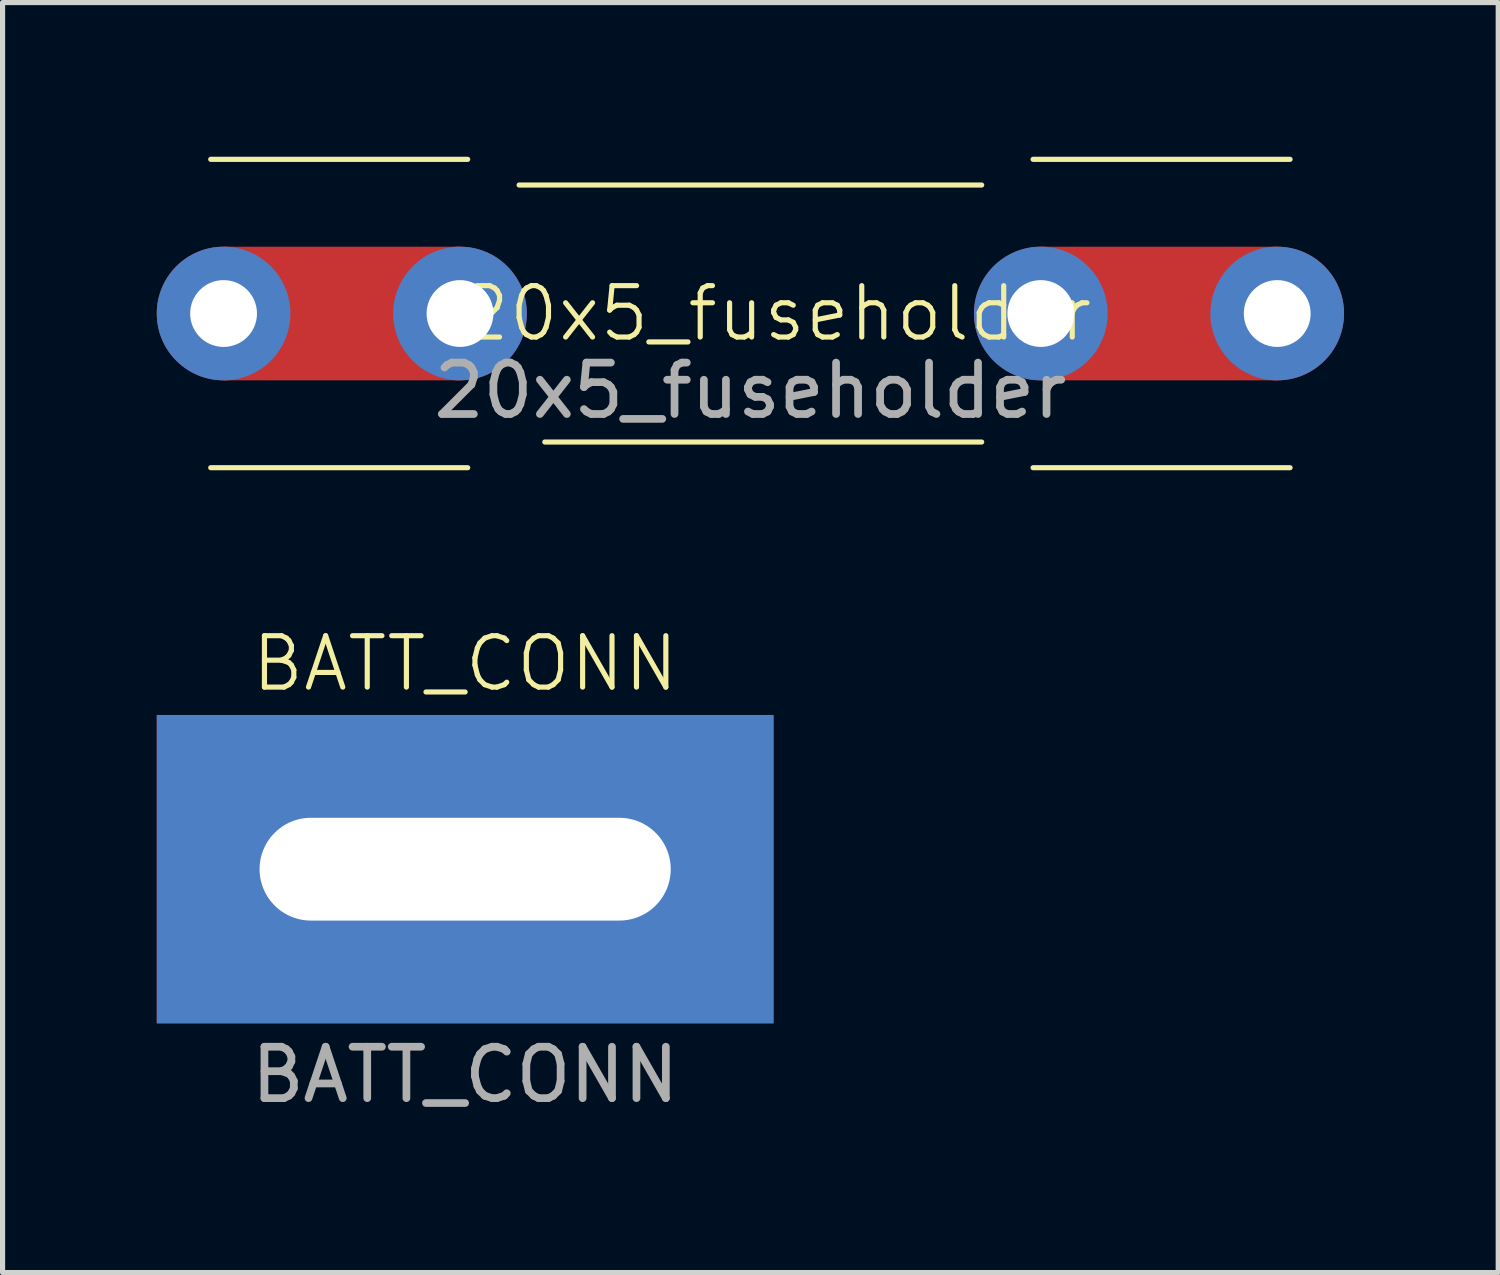
<source format=kicad_pcb>
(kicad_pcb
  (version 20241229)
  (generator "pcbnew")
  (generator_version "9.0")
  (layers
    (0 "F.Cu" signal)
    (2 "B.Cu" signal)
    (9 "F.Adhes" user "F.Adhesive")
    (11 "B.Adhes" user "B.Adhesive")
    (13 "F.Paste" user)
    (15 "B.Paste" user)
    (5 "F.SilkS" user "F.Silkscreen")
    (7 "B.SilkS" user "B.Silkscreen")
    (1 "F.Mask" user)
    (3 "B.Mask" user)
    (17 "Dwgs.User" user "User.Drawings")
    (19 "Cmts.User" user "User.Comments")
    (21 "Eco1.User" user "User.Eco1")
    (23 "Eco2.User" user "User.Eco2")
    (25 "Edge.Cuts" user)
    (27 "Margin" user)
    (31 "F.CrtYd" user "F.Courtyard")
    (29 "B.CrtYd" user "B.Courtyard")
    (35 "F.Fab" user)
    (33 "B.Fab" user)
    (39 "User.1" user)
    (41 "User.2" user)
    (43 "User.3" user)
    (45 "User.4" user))
  (footprint "BATT_CONN"
    (layer "F.Cu")
    (at 6 13.861)
    (property "Reference" "BATT_CONN" (at 0 -4 0) (unlocked yes) (layer "F.SilkS") (effects (font (size 1 1) (thickness 0.1))))
    (attr smd)
    (fp_text user "${REFERENCE}" (at 0 4 0) (unlocked yes) (layer "F.Fab") (effects (font (size 1 1) (thickness 0.15))))
    (pad "1" thru_hole rect (at 0 0 90) (size 6 12) (drill oval 2 8) (layers "*.Cu" "*.Mask")))
  (footprint "20x5_fuseholder"
    (layer "F.Cu")
    (at 11.55 3.05)
    (property "Reference" "20x5_fuseholder" (at 0.5 0 0) (unlocked yes) (layer "F.SilkS") (effects (font (size 1 1) (thickness 0.1))))
    (attr smd)
    (fp_line (start -10.5 -3) (end -5.5 -3) (stroke (width 0.1) (type default)) (layer "F.SilkS"))
    (fp_line (start -10.5 3) (end -5.5 3) (stroke (width 0.1) (type default)) (layer "F.SilkS"))
    (fp_line (start -4.5 -2.5) (end 4.5 -2.5) (stroke (width 0.1) (type default)) (layer "F.SilkS"))
    (fp_line (start -4 2.5) (end 4.5 2.5) (stroke (width 0.1) (type default)) (layer "F.SilkS"))
    (fp_line (start 5.5 -3) (end 10.5 -3) (stroke (width 0.1) (type default)) (layer "F.SilkS"))
    (fp_line (start 5.5 3) (end 10.5 3) (stroke (width 0.1) (type default)) (layer "F.SilkS"))
    (fp_text user "${REFERENCE}" (at 0 1.5 0) (unlocked yes) (layer "F.Fab") (effects (font (size 1 1) (thickness 0.15))))
    (pad "1" thru_hole circle (at -10.25 0) (size 2.6 2.6) (drill 1.3) (layers "*.Cu" "*.Mask"))
    (pad "1" smd rect (at -7.95 0) (size 4.6 2.6) (layers "F.Cu" "F.Mask" "F.Paste"))
    (pad "1" thru_hole circle (at -5.65 0) (size 2.6 2.6) (drill 1.3) (layers "*.Cu" "*.Mask"))
    (pad "2" thru_hole circle (at 5.65 0) (size 2.6 2.6) (drill 1.3) (layers "*.Cu" "*.Mask"))
    (pad "2" smd rect (at 7.95 0) (size 4.6 2.6) (layers "F.Cu" "F.Mask" "F.Paste"))
    (pad "2" thru_hole circle (at 10.25 0) (size 2.6 2.6) (drill 1.3) (layers "*.Cu" "*.Mask")))
  (gr_rect
    (start -3 -3)
    (end 26.1 21.709)
    (stroke (width 0.1) (type default))
    (fill no)
    (layer "Edge.Cuts")))
</source>
